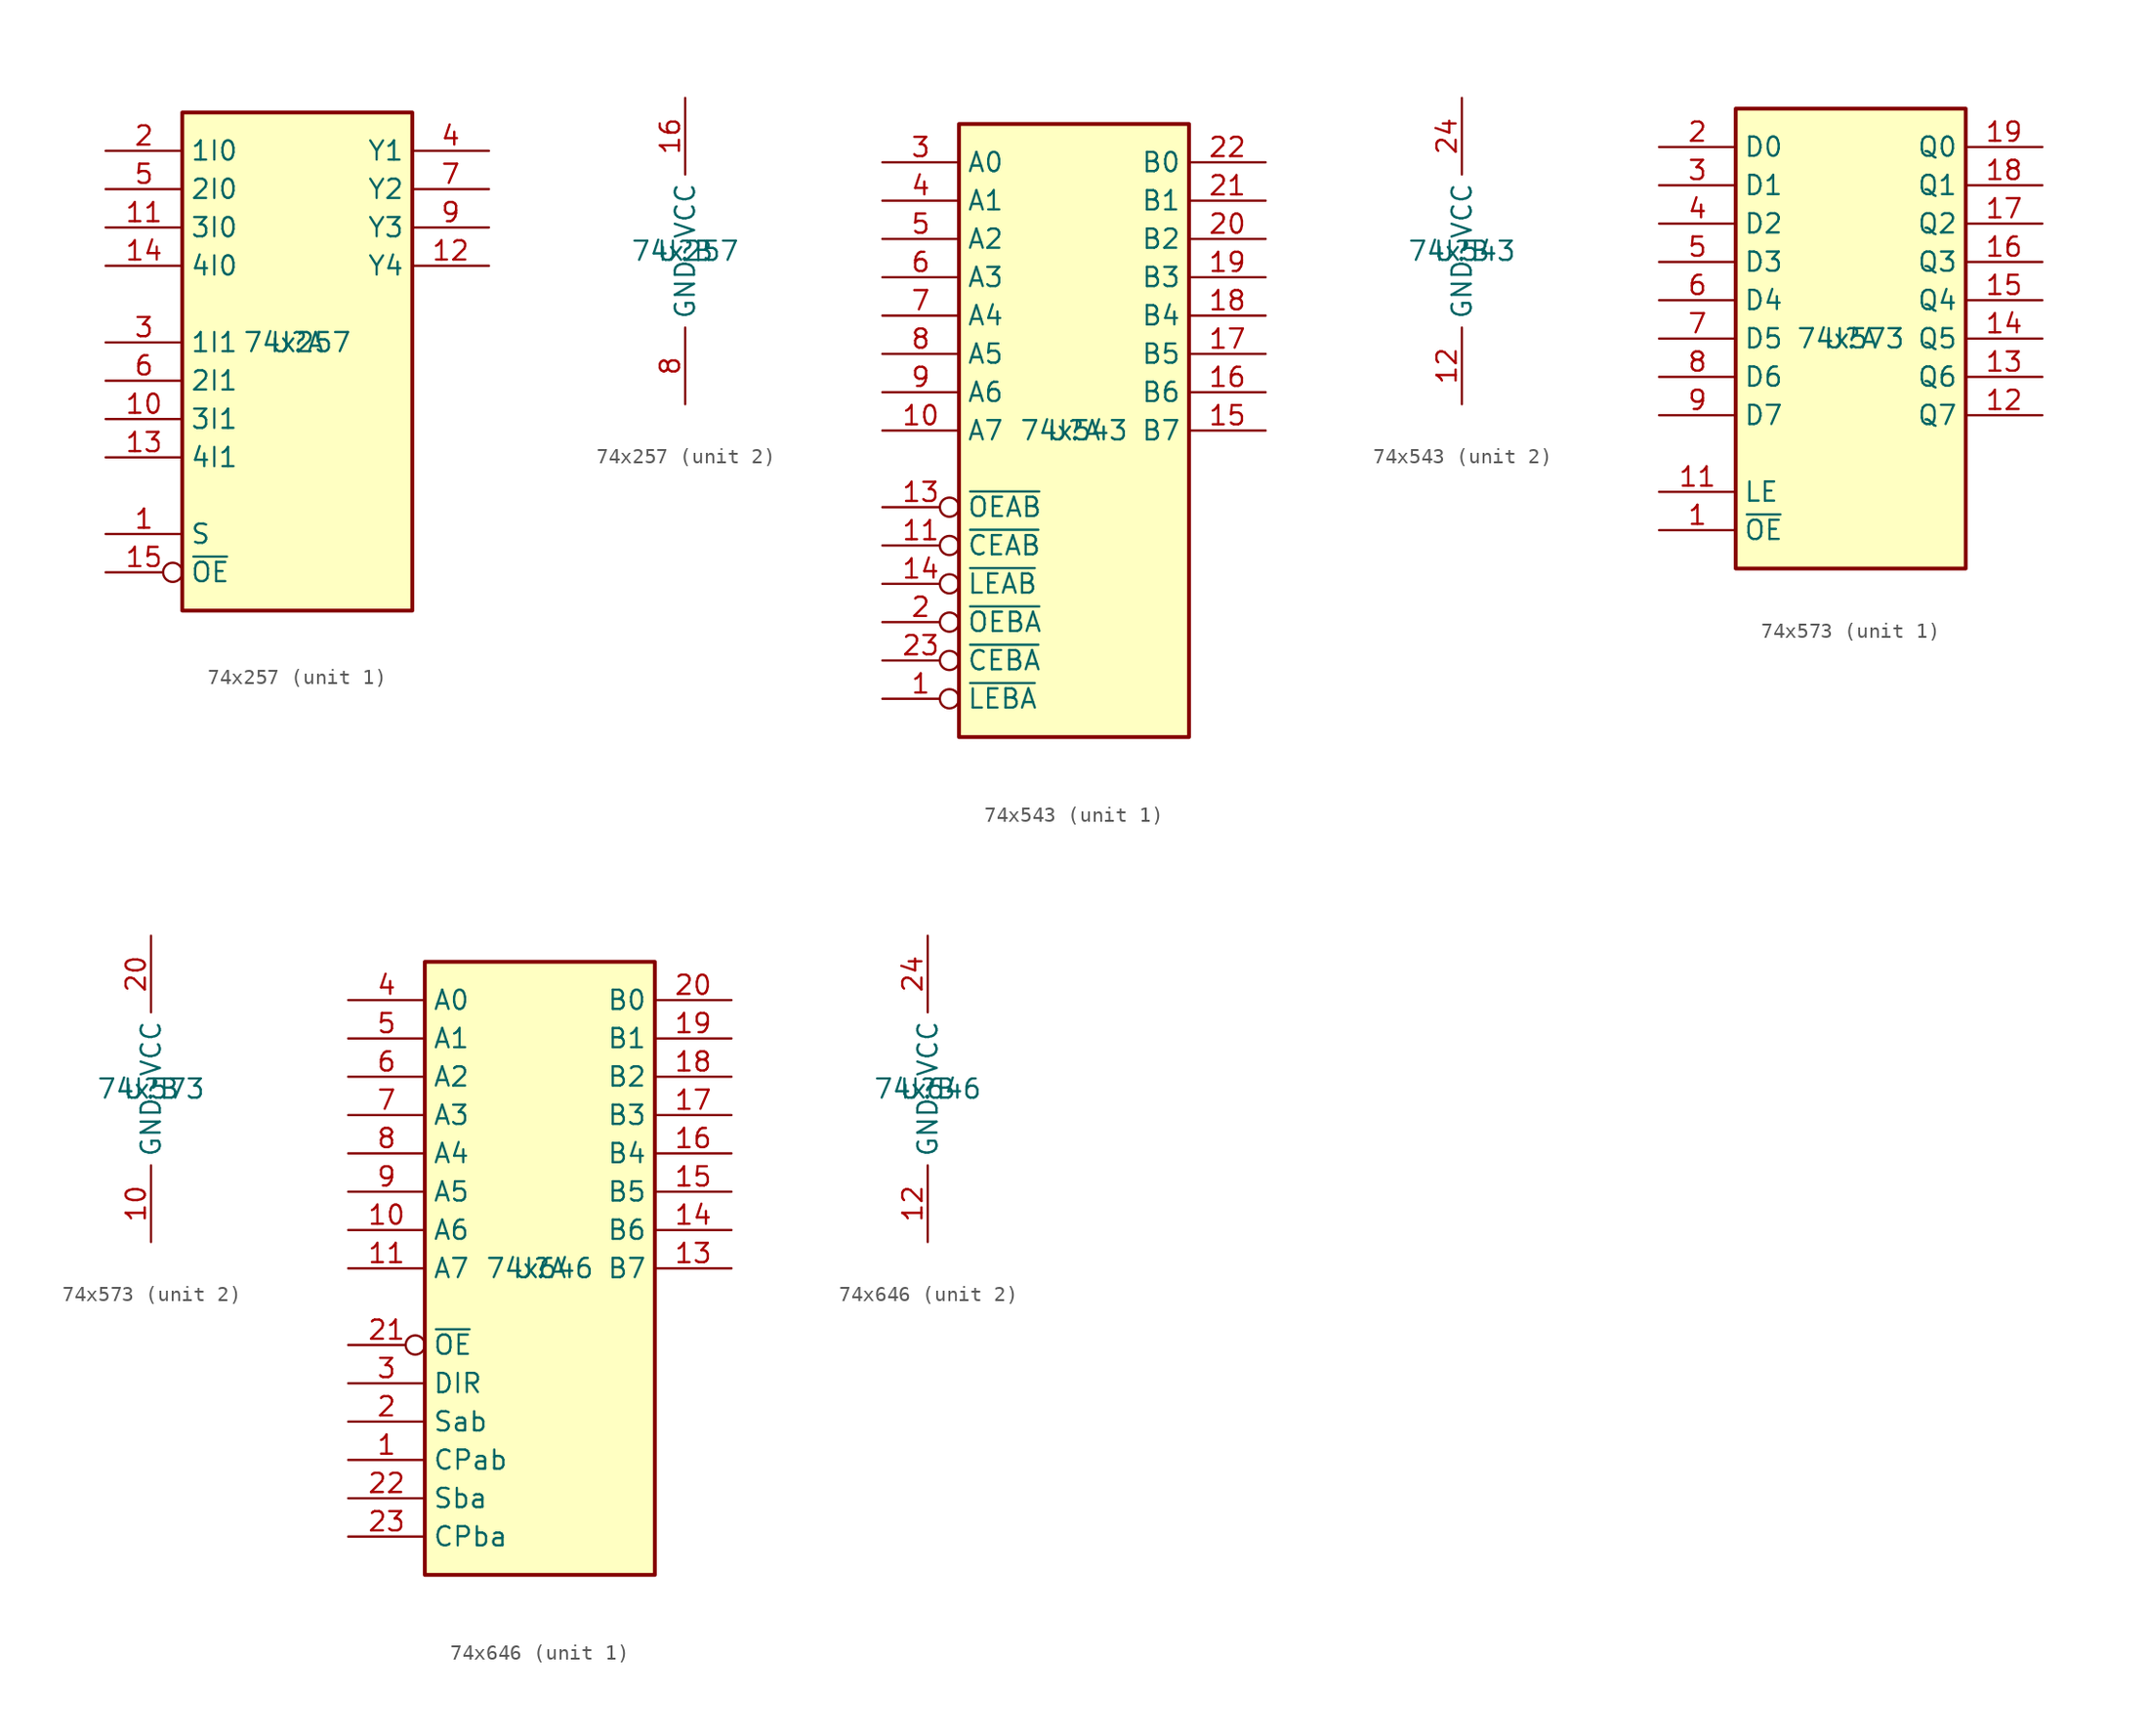
<source format=kicad_sym>
(kicad_symbol_lib
  (version 20211014)
  (generator kicad_symbol_editor)
  (symbol "74x257"
    (property "Reference" "U"
      (at 0 0 0)
      (effects (font (size 1.27 1.27))))
    (property "Value" "74x257"
      (at 0 0 0)
      (effects (font (size 1.27 1.27))))
    (property "ki_locked" ""
      (at 0 0 0)
      (effects (font (size 1.27 1.27))))
    (symbol "74x257_1_0"
      (pin input line (at -12.7 -12.7 0) (length 5.08) (name "S" (effects (font (size 1.27 1.27)))) (number "1" (effects (font (size 1.27 1.27)))))
      (pin input line (at -12.7 -5.08 0) (length 5.08) (name "3I1" (effects (font (size 1.27 1.27)))) (number "10" (effects (font (size 1.27 1.27)))))
      (pin input line (at -12.7 7.62 0) (length 5.08) (name "3I0" (effects (font (size 1.27 1.27)))) (number "11" (effects (font (size 1.27 1.27)))))
      (pin tri_state line (at 12.7 5.08 180) (length 5.08) (name "Y4" (effects (font (size 1.27 1.27)))) (number "12" (effects (font (size 1.27 1.27)))))
      (pin input line (at -12.7 -7.62 0) (length 5.08) (name "4I1" (effects (font (size 1.27 1.27)))) (number "13" (effects (font (size 1.27 1.27)))))
      (pin input line (at -12.7 5.08 0) (length 5.08) (name "4I0" (effects (font (size 1.27 1.27)))) (number "14" (effects (font (size 1.27 1.27)))))
      (pin input inverted (at -12.7 -15.24 0) (length 5.08) (name "~{OE}" (effects (font (size 1.27 1.27)))) (number "15" (effects (font (size 1.27 1.27)))))
      (pin input line (at -12.7 12.7 0) (length 5.08) (name "1I0" (effects (font (size 1.27 1.27)))) (number "2" (effects (font (size 1.27 1.27)))))
      (pin input line (at -12.7 0 0) (length 5.08) (name "1I1" (effects (font (size 1.27 1.27)))) (number "3" (effects (font (size 1.27 1.27)))))
      (pin tri_state line (at 12.7 12.7 180) (length 5.08) (name "Y1" (effects (font (size 1.27 1.27)))) (number "4" (effects (font (size 1.27 1.27)))))
      (pin input line (at -12.7 10.16 0) (length 5.08) (name "2I0" (effects (font (size 1.27 1.27)))) (number "5" (effects (font (size 1.27 1.27)))))
      (pin input line (at -12.7 -2.54 0) (length 5.08) (name "2I1" (effects (font (size 1.27 1.27)))) (number "6" (effects (font (size 1.27 1.27)))))
      (pin tri_state line (at 12.7 10.16 180) (length 5.08) (name "Y2" (effects (font (size 1.27 1.27)))) (number "7" (effects (font (size 1.27 1.27)))))
      (pin tri_state line (at 12.7 7.62 180) (length 5.08) (name "Y3" (effects (font (size 1.27 1.27)))) (number "9" (effects (font (size 1.27 1.27))))))
    (symbol "74x257_1_1"
      (rectangle (start -7.62 15.24) (end 7.62 -17.78) (stroke (width 0.254) (type default) (color 0 0 0 0)) (fill (type background))))
    (symbol "74x257_2_1"
      (pin power_in line (at 0 10.16 270) (length 5.08) (name "VCC" (effects (font (size 1.27 1.27)))) (number "16" (effects (font (size 1.27 1.27)))))
      (pin power_in line (at 0 -10.16 90) (length 5.08) (name "GND" (effects (font (size 1.27 1.27)))) (number "8" (effects (font (size 1.27 1.27)))))))
  (symbol "74x543"
    (property "Reference" "U"
      (at 0 0 0)
      (effects (font (size 1.27 1.27))))
    (property "Value" "74x543"
      (at 0 0 0)
      (effects (font (size 1.27 1.27))))
    (property "ki_locked" ""
      (at 0 0 0)
      (effects (font (size 1.27 1.27))))
    (symbol "74x543_1_1"
      (rectangle (start -7.62 20.32) (end 7.62 -20.32) (stroke (width 0.254) (type default) (color 0 0 0 0)) (fill (type background)))
      (pin input inverted (at -12.7 -17.78 0) (length 5.08) (name "~{LEBA}" (effects (font (size 1.27 1.27)))) (number "1" (effects (font (size 1.27 1.27)))))
      (pin tri_state line (at -12.7 0 0) (length 5.08) (name "A7" (effects (font (size 1.27 1.27)))) (number "10" (effects (font (size 1.27 1.27)))))
      (pin input inverted (at -12.7 -7.62 0) (length 5.08) (name "~{CEAB}" (effects (font (size 1.27 1.27)))) (number "11" (effects (font (size 1.27 1.27)))))
      (pin input inverted (at -12.7 -5.08 0) (length 5.08) (name "~{OEAB}" (effects (font (size 1.27 1.27)))) (number "13" (effects (font (size 1.27 1.27)))))
      (pin input inverted (at -12.7 -10.16 0) (length 5.08) (name "~{LEAB}" (effects (font (size 1.27 1.27)))) (number "14" (effects (font (size 1.27 1.27)))))
      (pin tri_state line (at 12.7 0 180) (length 5.08) (name "B7" (effects (font (size 1.27 1.27)))) (number "15" (effects (font (size 1.27 1.27)))))
      (pin tri_state line (at 12.7 2.54 180) (length 5.08) (name "B6" (effects (font (size 1.27 1.27)))) (number "16" (effects (font (size 1.27 1.27)))))
      (pin tri_state line (at 12.7 5.08 180) (length 5.08) (name "B5" (effects (font (size 1.27 1.27)))) (number "17" (effects (font (size 1.27 1.27)))))
      (pin tri_state line (at 12.7 7.62 180) (length 5.08) (name "B4" (effects (font (size 1.27 1.27)))) (number "18" (effects (font (size 1.27 1.27)))))
      (pin tri_state line (at 12.7 10.16 180) (length 5.08) (name "B3" (effects (font (size 1.27 1.27)))) (number "19" (effects (font (size 1.27 1.27)))))
      (pin input inverted (at -12.7 -12.7 0) (length 5.08) (name "~{OEBA}" (effects (font (size 1.27 1.27)))) (number "2" (effects (font (size 1.27 1.27)))))
      (pin tri_state line (at 12.7 12.7 180) (length 5.08) (name "B2" (effects (font (size 1.27 1.27)))) (number "20" (effects (font (size 1.27 1.27)))))
      (pin tri_state line (at 12.7 15.24 180) (length 5.08) (name "B1" (effects (font (size 1.27 1.27)))) (number "21" (effects (font (size 1.27 1.27)))))
      (pin tri_state line (at 12.7 17.78 180) (length 5.08) (name "B0" (effects (font (size 1.27 1.27)))) (number "22" (effects (font (size 1.27 1.27)))))
      (pin input inverted (at -12.7 -15.24 0) (length 5.08) (name "~{CEBA}" (effects (font (size 1.27 1.27)))) (number "23" (effects (font (size 1.27 1.27)))))
      (pin tri_state line (at -12.7 17.78 0) (length 5.08) (name "A0" (effects (font (size 1.27 1.27)))) (number "3" (effects (font (size 1.27 1.27)))))
      (pin tri_state line (at -12.7 15.24 0) (length 5.08) (name "A1" (effects (font (size 1.27 1.27)))) (number "4" (effects (font (size 1.27 1.27)))))
      (pin tri_state line (at -12.7 12.7 0) (length 5.08) (name "A2" (effects (font (size 1.27 1.27)))) (number "5" (effects (font (size 1.27 1.27)))))
      (pin tri_state line (at -12.7 10.16 0) (length 5.08) (name "A3" (effects (font (size 1.27 1.27)))) (number "6" (effects (font (size 1.27 1.27)))))
      (pin tri_state line (at -12.7 7.62 0) (length 5.08) (name "A4" (effects (font (size 1.27 1.27)))) (number "7" (effects (font (size 1.27 1.27)))))
      (pin tri_state line (at -12.7 5.08 0) (length 5.08) (name "A5" (effects (font (size 1.27 1.27)))) (number "8" (effects (font (size 1.27 1.27)))))
      (pin tri_state line (at -12.7 2.54 0) (length 5.08) (name "A6" (effects (font (size 1.27 1.27)))) (number "9" (effects (font (size 1.27 1.27))))))
    (symbol "74x543_2_1"
      (pin power_in line (at 0 -10.16 90) (length 5.08) (name "GND" (effects (font (size 1.27 1.27)))) (number "12" (effects (font (size 1.27 1.27)))))
      (pin power_in line (at 0 10.16 270) (length 5.08) (name "VCC" (effects (font (size 1.27 1.27)))) (number "24" (effects (font (size 1.27 1.27)))))))
  (symbol "74x573"
    (property "Reference" "U"
      (at 0 0 0)
      (effects (font (size 1.27 1.27))))
    (property "Value" "74x573"
      (at 0 0 0)
      (effects (font (size 1.27 1.27))))
    (symbol "74x573_1_1"
      (rectangle (start -7.62 15.24) (end 7.62 -15.24) (stroke (width 0.254) (type default) (color 0 0 0 0)) (fill (type background)))
      (pin input line (at -12.7 -12.7 0) (length 5.08) (name "~{OE}" (effects (font (size 1.27 1.27)))) (number "1" (effects (font (size 1.27 1.27)))))
      (pin input line (at -12.7 -10.16 0) (length 5.08) (name "LE" (effects (font (size 1.27 1.27)))) (number "11" (effects (font (size 1.27 1.27)))))
      (pin output line (at 12.7 -5.08 180) (length 5.08) (name "Q7" (effects (font (size 1.27 1.27)))) (number "12" (effects (font (size 1.27 1.27)))))
      (pin output line (at 12.7 -2.54 180) (length 5.08) (name "Q6" (effects (font (size 1.27 1.27)))) (number "13" (effects (font (size 1.27 1.27)))))
      (pin output line (at 12.7 0 180) (length 5.08) (name "Q5" (effects (font (size 1.27 1.27)))) (number "14" (effects (font (size 1.27 1.27)))))
      (pin output line (at 12.7 2.54 180) (length 5.08) (name "Q4" (effects (font (size 1.27 1.27)))) (number "15" (effects (font (size 1.27 1.27)))))
      (pin output line (at 12.7 5.08 180) (length 5.08) (name "Q3" (effects (font (size 1.27 1.27)))) (number "16" (effects (font (size 1.27 1.27)))))
      (pin output line (at 12.7 7.62 180) (length 5.08) (name "Q2" (effects (font (size 1.27 1.27)))) (number "17" (effects (font (size 1.27 1.27)))))
      (pin output line (at 12.7 10.16 180) (length 5.08) (name "Q1" (effects (font (size 1.27 1.27)))) (number "18" (effects (font (size 1.27 1.27)))))
      (pin output line (at 12.7 12.7 180) (length 5.08) (name "Q0" (effects (font (size 1.27 1.27)))) (number "19" (effects (font (size 1.27 1.27)))))
      (pin input line (at -12.7 12.7 0) (length 5.08) (name "D0" (effects (font (size 1.27 1.27)))) (number "2" (effects (font (size 1.27 1.27)))))
      (pin input line (at -12.7 10.16 0) (length 5.08) (name "D1" (effects (font (size 1.27 1.27)))) (number "3" (effects (font (size 1.27 1.27)))))
      (pin input line (at -12.7 7.62 0) (length 5.08) (name "D2" (effects (font (size 1.27 1.27)))) (number "4" (effects (font (size 1.27 1.27)))))
      (pin input line (at -12.7 5.08 0) (length 5.08) (name "D3" (effects (font (size 1.27 1.27)))) (number "5" (effects (font (size 1.27 1.27)))))
      (pin input line (at -12.7 2.54 0) (length 5.08) (name "D4" (effects (font (size 1.27 1.27)))) (number "6" (effects (font (size 1.27 1.27)))))
      (pin input line (at -12.7 0 0) (length 5.08) (name "D5" (effects (font (size 1.27 1.27)))) (number "7" (effects (font (size 1.27 1.27)))))
      (pin input line (at -12.7 -2.54 0) (length 5.08) (name "D6" (effects (font (size 1.27 1.27)))) (number "8" (effects (font (size 1.27 1.27)))))
      (pin input line (at -12.7 -5.08 0) (length 5.08) (name "D7" (effects (font (size 1.27 1.27)))) (number "9" (effects (font (size 1.27 1.27))))))
    (symbol "74x573_2_1"
      (pin power_in line (at 0 -10.16 90) (length 5.08) (name "GND" (effects (font (size 1.27 1.27)))) (number "10" (effects (font (size 1.27 1.27)))))
      (pin power_in line (at 0 10.16 270) (length 5.08) (name "VCC" (effects (font (size 1.27 1.27)))) (number "20" (effects (font (size 1.27 1.27)))))))
  (symbol "74x646"
    (property "Reference" "U"
      (at 0 0 0)
      (effects (font (size 1.27 1.27))))
    (property "Value" "74x646"
      (at 0 0 0)
      (effects (font (size 1.27 1.27))))
    (property "ki_locked" ""
      (at 0 0 0)
      (effects (font (size 1.27 1.27))))
    (symbol "74x646_1_1"
      (rectangle (start -7.62 20.32) (end 7.62 -20.32) (stroke (width 0.254) (type default) (color 0 0 0 0)) (fill (type background)))
      (pin input line (at -12.7 -12.7 0) (length 5.08) (name "CPab" (effects (font (size 1.27 1.27)))) (number "1" (effects (font (size 1.27 1.27)))))
      (pin tri_state line (at -12.7 2.54 0) (length 5.08) (name "A6" (effects (font (size 1.27 1.27)))) (number "10" (effects (font (size 1.27 1.27)))))
      (pin tri_state line (at -12.7 0 0) (length 5.08) (name "A7" (effects (font (size 1.27 1.27)))) (number "11" (effects (font (size 1.27 1.27)))))
      (pin tri_state line (at 12.7 0 180) (length 5.08) (name "B7" (effects (font (size 1.27 1.27)))) (number "13" (effects (font (size 1.27 1.27)))))
      (pin tri_state line (at 12.7 2.54 180) (length 5.08) (name "B6" (effects (font (size 1.27 1.27)))) (number "14" (effects (font (size 1.27 1.27)))))
      (pin tri_state line (at 12.7 5.08 180) (length 5.08) (name "B5" (effects (font (size 1.27 1.27)))) (number "15" (effects (font (size 1.27 1.27)))))
      (pin tri_state line (at 12.7 7.62 180) (length 5.08) (name "B4" (effects (font (size 1.27 1.27)))) (number "16" (effects (font (size 1.27 1.27)))))
      (pin tri_state line (at 12.7 10.16 180) (length 5.08) (name "B3" (effects (font (size 1.27 1.27)))) (number "17" (effects (font (size 1.27 1.27)))))
      (pin tri_state line (at 12.7 12.7 180) (length 5.08) (name "B2" (effects (font (size 1.27 1.27)))) (number "18" (effects (font (size 1.27 1.27)))))
      (pin tri_state line (at 12.7 15.24 180) (length 5.08) (name "B1" (effects (font (size 1.27 1.27)))) (number "19" (effects (font (size 1.27 1.27)))))
      (pin input line (at -12.7 -10.16 0) (length 5.08) (name "Sab" (effects (font (size 1.27 1.27)))) (number "2" (effects (font (size 1.27 1.27)))))
      (pin tri_state line (at 12.7 17.78 180) (length 5.08) (name "B0" (effects (font (size 1.27 1.27)))) (number "20" (effects (font (size 1.27 1.27)))))
      (pin input inverted (at -12.7 -5.08 0) (length 5.08) (name "~{OE}" (effects (font (size 1.27 1.27)))) (number "21" (effects (font (size 1.27 1.27)))))
      (pin input line (at -12.7 -15.24 0) (length 5.08) (name "Sba" (effects (font (size 1.27 1.27)))) (number "22" (effects (font (size 1.27 1.27)))))
      (pin input line (at -12.7 -17.78 0) (length 5.08) (name "CPba" (effects (font (size 1.27 1.27)))) (number "23" (effects (font (size 1.27 1.27)))))
      (pin input line (at -12.7 -7.62 0) (length 5.08) (name "DIR" (effects (font (size 1.27 1.27)))) (number "3" (effects (font (size 1.27 1.27)))))
      (pin tri_state line (at -12.7 17.78 0) (length 5.08) (name "A0" (effects (font (size 1.27 1.27)))) (number "4" (effects (font (size 1.27 1.27)))))
      (pin tri_state line (at -12.7 15.24 0) (length 5.08) (name "A1" (effects (font (size 1.27 1.27)))) (number "5" (effects (font (size 1.27 1.27)))))
      (pin tri_state line (at -12.7 12.7 0) (length 5.08) (name "A2" (effects (font (size 1.27 1.27)))) (number "6" (effects (font (size 1.27 1.27)))))
      (pin tri_state line (at -12.7 10.16 0) (length 5.08) (name "A3" (effects (font (size 1.27 1.27)))) (number "7" (effects (font (size 1.27 1.27)))))
      (pin tri_state line (at -12.7 7.62 0) (length 5.08) (name "A4" (effects (font (size 1.27 1.27)))) (number "8" (effects (font (size 1.27 1.27)))))
      (pin tri_state line (at -12.7 5.08 0) (length 5.08) (name "A5" (effects (font (size 1.27 1.27)))) (number "9" (effects (font (size 1.27 1.27))))))
    (symbol "74x646_2_1"
      (pin power_in line (at 0 -10.16 90) (length 5.08) (name "GND" (effects (font (size 1.27 1.27)))) (number "12" (effects (font (size 1.27 1.27)))))
      (pin power_in line (at 0 10.16 270) (length 5.08) (name "VCC" (effects (font (size 1.27 1.27)))) (number "24" (effects (font (size 1.27 1.27))))))))
</source>
